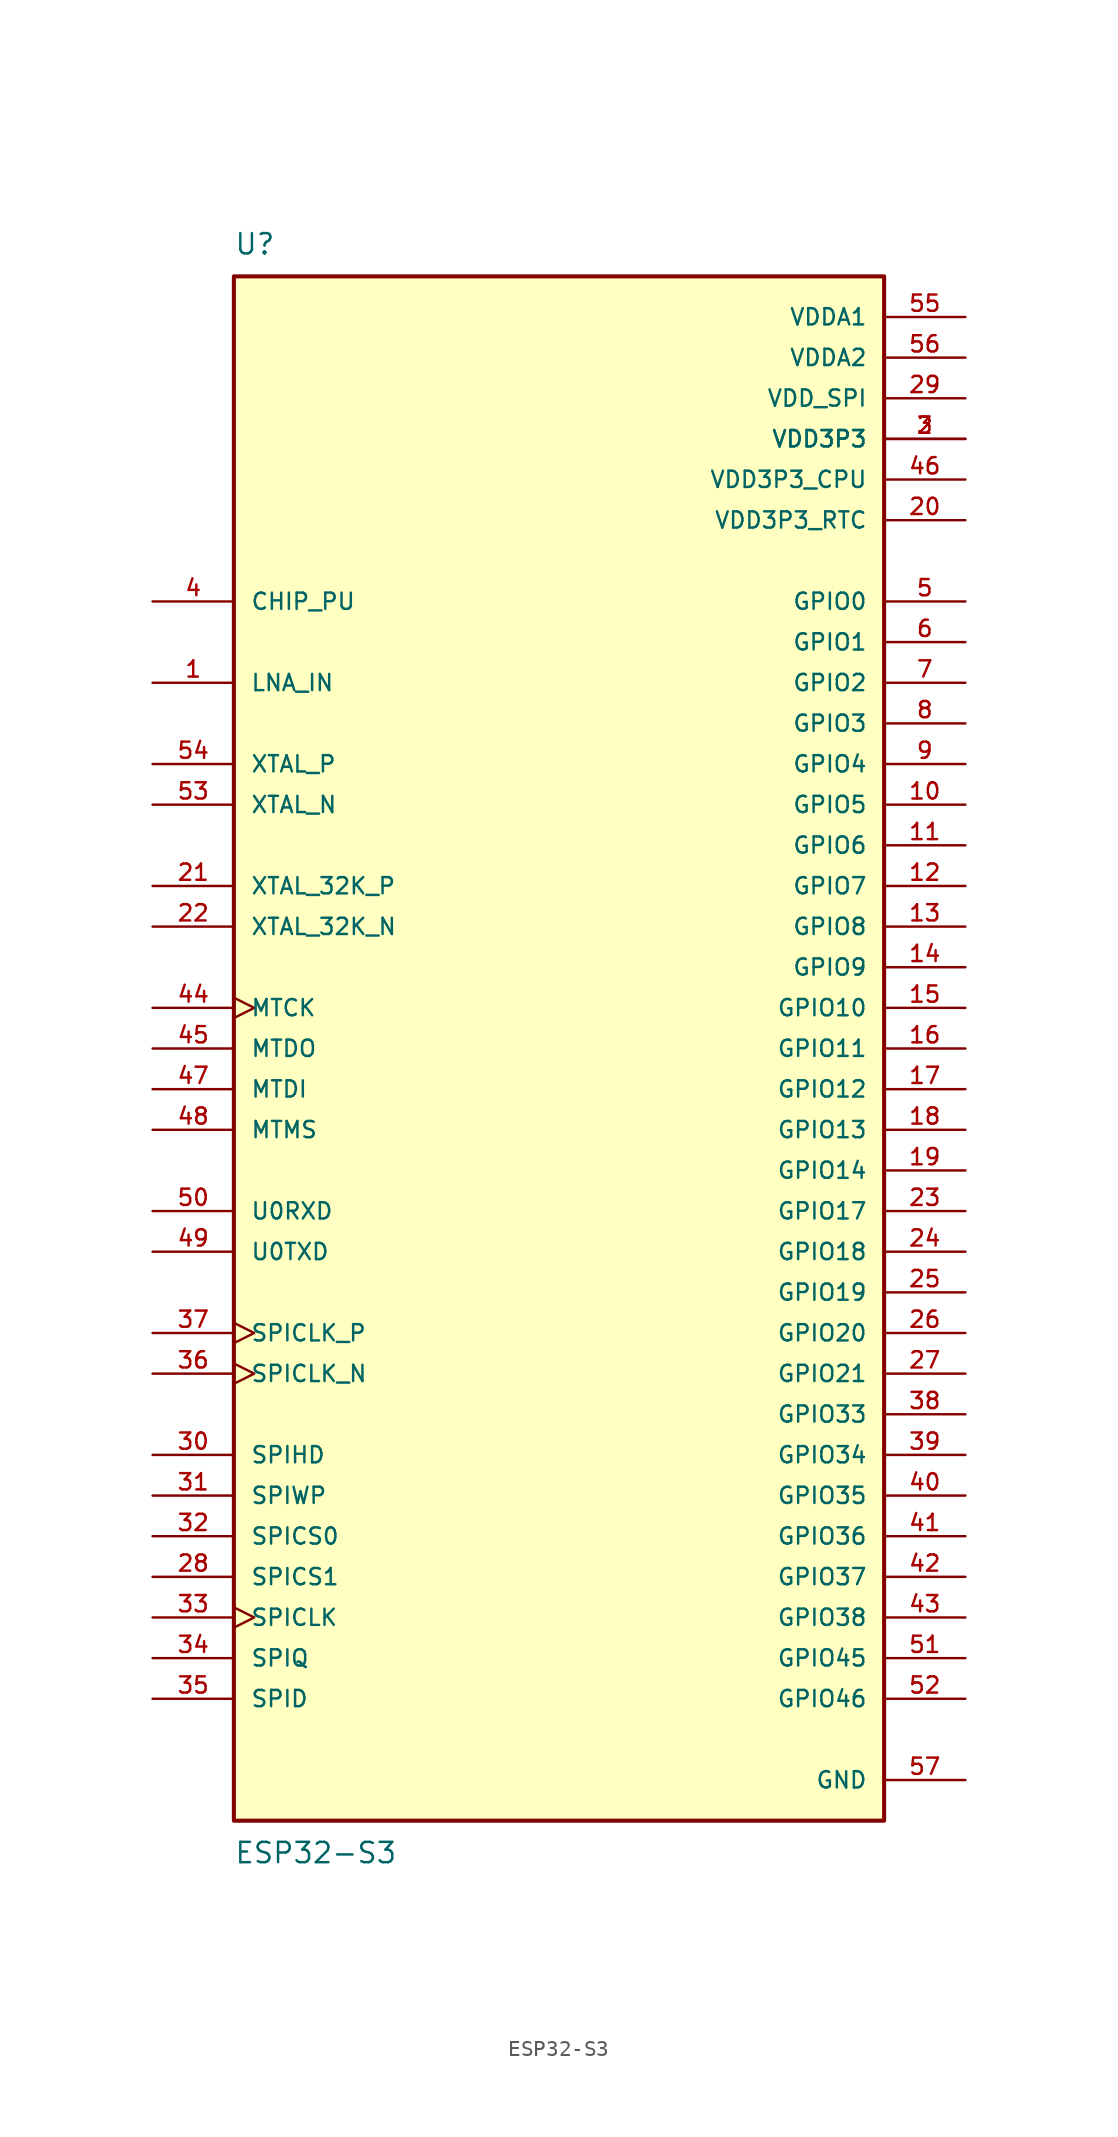
<source format=kicad_sym>
(kicad_symbol_lib
  (version 20241209)
  (generator "kicad_symbol_editor")
  (generator_version "9.0")
  (symbol "ESP32-S3"
    (pin_names
      (offset 1.016))
    (property "Reference" "U"
      (at -20.32 49.53 0)
      (effects (font (size 1.27 1.27)) (justify left bottom)))
    (property "Value" "ESP32-S3"
      (at -20.32 -49.53 0)
      (effects (font (size 1.27 1.27)) (justify left top)))
    (symbol "ESP32-S3_0_0"
      (rectangle (start -20.32 -48.26) (end 20.32 48.26) (stroke (width 0.254) (type default)) (fill (type background)))
      (pin input line (at -25.4 27.94 0) (length 5.08) (name "CHIP_PU" (effects (font (size 1.016 1.016)))) (number "4" (effects (font (size 1.016 1.016)))))
      (pin bidirectional line (at -25.4 22.86 0) (length 5.08) (name "LNA_IN" (effects (font (size 1.016 1.016)))) (number "1" (effects (font (size 1.016 1.016)))))
      (pin input line (at -25.4 17.78 0) (length 5.08) (name "XTAL_P" (effects (font (size 1.016 1.016)))) (number "54" (effects (font (size 1.016 1.016)))))
      (pin output line (at -25.4 15.24 0) (length 5.08) (name "XTAL_N" (effects (font (size 1.016 1.016)))) (number "53" (effects (font (size 1.016 1.016)))))
      (pin bidirectional line (at -25.4 10.16 0) (length 5.08) (name "XTAL_32K_P" (effects (font (size 1.016 1.016)))) (number "21" (effects (font (size 1.016 1.016)))))
      (pin bidirectional line (at -25.4 7.62 0) (length 5.08) (name "XTAL_32K_N" (effects (font (size 1.016 1.016)))) (number "22" (effects (font (size 1.016 1.016)))))
      (pin bidirectional clock (at -25.4 2.54 0) (length 5.08) (name "MTCK" (effects (font (size 1.016 1.016)))) (number "44" (effects (font (size 1.016 1.016)))))
      (pin bidirectional line (at -25.4 0 0) (length 5.08) (name "MTDO" (effects (font (size 1.016 1.016)))) (number "45" (effects (font (size 1.016 1.016)))))
      (pin bidirectional line (at -25.4 -2.54 0) (length 5.08) (name "MTDI" (effects (font (size 1.016 1.016)))) (number "47" (effects (font (size 1.016 1.016)))))
      (pin bidirectional line (at -25.4 -5.08 0) (length 5.08) (name "MTMS" (effects (font (size 1.016 1.016)))) (number "48" (effects (font (size 1.016 1.016)))))
      (pin bidirectional line (at -25.4 -10.16 0) (length 5.08) (name "U0RXD" (effects (font (size 1.016 1.016)))) (number "50" (effects (font (size 1.016 1.016)))))
      (pin bidirectional line (at -25.4 -12.7 0) (length 5.08) (name "U0TXD" (effects (font (size 1.016 1.016)))) (number "49" (effects (font (size 1.016 1.016)))))
      (pin bidirectional clock (at -25.4 -17.78 0) (length 5.08) (name "SPICLK_P" (effects (font (size 1.016 1.016)))) (number "37" (effects (font (size 1.016 1.016)))))
      (pin bidirectional clock (at -25.4 -20.32 0) (length 5.08) (name "SPICLK_N" (effects (font (size 1.016 1.016)))) (number "36" (effects (font (size 1.016 1.016)))))
      (pin bidirectional line (at -25.4 -25.4 0) (length 5.08) (name "SPIHD" (effects (font (size 1.016 1.016)))) (number "30" (effects (font (size 1.016 1.016)))))
      (pin bidirectional line (at -25.4 -27.94 0) (length 5.08) (name "SPIWP" (effects (font (size 1.016 1.016)))) (number "31" (effects (font (size 1.016 1.016)))))
      (pin bidirectional line (at -25.4 -30.48 0) (length 5.08) (name "SPICS0" (effects (font (size 1.016 1.016)))) (number "32" (effects (font (size 1.016 1.016)))))
      (pin bidirectional line (at -25.4 -33.02 0) (length 5.08) (name "SPICS1" (effects (font (size 1.016 1.016)))) (number "28" (effects (font (size 1.016 1.016)))))
      (pin bidirectional clock (at -25.4 -35.56 0) (length 5.08) (name "SPICLK" (effects (font (size 1.016 1.016)))) (number "33" (effects (font (size 1.016 1.016)))))
      (pin bidirectional line (at -25.4 -38.1 0) (length 5.08) (name "SPIQ" (effects (font (size 1.016 1.016)))) (number "34" (effects (font (size 1.016 1.016)))))
      (pin bidirectional line (at -25.4 -40.64 0) (length 5.08) (name "SPID" (effects (font (size 1.016 1.016)))) (number "35" (effects (font (size 1.016 1.016)))))
      (pin power_in line (at 25.4 45.72 180) (length 5.08) (name "VDDA1" (effects (font (size 1.016 1.016)))) (number "55" (effects (font (size 1.016 1.016)))))
      (pin power_in line (at 25.4 43.18 180) (length 5.08) (name "VDDA2" (effects (font (size 1.016 1.016)))) (number "56" (effects (font (size 1.016 1.016)))))
      (pin power_in line (at 25.4 40.64 180) (length 5.08) (name "VDD_SPI" (effects (font (size 1.016 1.016)))) (number "29" (effects (font (size 1.016 1.016)))))
      (pin power_in line (at 25.4 38.1 180) (length 5.08) (name "VDD3P3" (effects (font (size 1.016 1.016)))) (number "2" (effects (font (size 1.016 1.016)))))
      (pin power_in line (at 25.4 38.1 180) (length 5.08) (name "VDD3P3" (effects (font (size 1.016 1.016)))) (number "3" (effects (font (size 1.016 1.016)))))
      (pin power_in line (at 25.4 35.56 180) (length 5.08) (name "VDD3P3_CPU" (effects (font (size 1.016 1.016)))) (number "46" (effects (font (size 1.016 1.016)))))
      (pin power_in line (at 25.4 33.02 180) (length 5.08) (name "VDD3P3_RTC" (effects (font (size 1.016 1.016)))) (number "20" (effects (font (size 1.016 1.016)))))
      (pin bidirectional line (at 25.4 27.94 180) (length 5.08) (name "GPIO0" (effects (font (size 1.016 1.016)))) (number "5" (effects (font (size 1.016 1.016)))))
      (pin bidirectional line (at 25.4 25.4 180) (length 5.08) (name "GPIO1" (effects (font (size 1.016 1.016)))) (number "6" (effects (font (size 1.016 1.016)))))
      (pin bidirectional line (at 25.4 22.86 180) (length 5.08) (name "GPIO2" (effects (font (size 1.016 1.016)))) (number "7" (effects (font (size 1.016 1.016)))))
      (pin bidirectional line (at 25.4 20.32 180) (length 5.08) (name "GPIO3" (effects (font (size 1.016 1.016)))) (number "8" (effects (font (size 1.016 1.016)))))
      (pin bidirectional line (at 25.4 17.78 180) (length 5.08) (name "GPIO4" (effects (font (size 1.016 1.016)))) (number "9" (effects (font (size 1.016 1.016)))))
      (pin bidirectional line (at 25.4 15.24 180) (length 5.08) (name "GPIO5" (effects (font (size 1.016 1.016)))) (number "10" (effects (font (size 1.016 1.016)))))
      (pin bidirectional line (at 25.4 12.7 180) (length 5.08) (name "GPIO6" (effects (font (size 1.016 1.016)))) (number "11" (effects (font (size 1.016 1.016)))))
      (pin bidirectional line (at 25.4 10.16 180) (length 5.08) (name "GPIO7" (effects (font (size 1.016 1.016)))) (number "12" (effects (font (size 1.016 1.016)))))
      (pin bidirectional line (at 25.4 7.62 180) (length 5.08) (name "GPIO8" (effects (font (size 1.016 1.016)))) (number "13" (effects (font (size 1.016 1.016)))))
      (pin bidirectional line (at 25.4 5.08 180) (length 5.08) (name "GPIO9" (effects (font (size 1.016 1.016)))) (number "14" (effects (font (size 1.016 1.016)))))
      (pin bidirectional line (at 25.4 2.54 180) (length 5.08) (name "GPIO10" (effects (font (size 1.016 1.016)))) (number "15" (effects (font (size 1.016 1.016)))))
      (pin bidirectional line (at 25.4 0 180) (length 5.08) (name "GPIO11" (effects (font (size 1.016 1.016)))) (number "16" (effects (font (size 1.016 1.016)))))
      (pin bidirectional line (at 25.4 -2.54 180) (length 5.08) (name "GPIO12" (effects (font (size 1.016 1.016)))) (number "17" (effects (font (size 1.016 1.016)))))
      (pin bidirectional line (at 25.4 -5.08 180) (length 5.08) (name "GPIO13" (effects (font (size 1.016 1.016)))) (number "18" (effects (font (size 1.016 1.016)))))
      (pin bidirectional line (at 25.4 -7.62 180) (length 5.08) (name "GPIO14" (effects (font (size 1.016 1.016)))) (number "19" (effects (font (size 1.016 1.016)))))
      (pin bidirectional line (at 25.4 -10.16 180) (length 5.08) (name "GPIO17" (effects (font (size 1.016 1.016)))) (number "23" (effects (font (size 1.016 1.016)))))
      (pin bidirectional line (at 25.4 -12.7 180) (length 5.08) (name "GPIO18" (effects (font (size 1.016 1.016)))) (number "24" (effects (font (size 1.016 1.016)))))
      (pin bidirectional line (at 25.4 -15.24 180) (length 5.08) (name "GPIO19" (effects (font (size 1.016 1.016)))) (number "25" (effects (font (size 1.016 1.016)))))
      (pin bidirectional line (at 25.4 -17.78 180) (length 5.08) (name "GPIO20" (effects (font (size 1.016 1.016)))) (number "26" (effects (font (size 1.016 1.016)))))
      (pin bidirectional line (at 25.4 -20.32 180) (length 5.08) (name "GPIO21" (effects (font (size 1.016 1.016)))) (number "27" (effects (font (size 1.016 1.016)))))
      (pin bidirectional line (at 25.4 -22.86 180) (length 5.08) (name "GPIO33" (effects (font (size 1.016 1.016)))) (number "38" (effects (font (size 1.016 1.016)))))
      (pin bidirectional line (at 25.4 -25.4 180) (length 5.08) (name "GPIO34" (effects (font (size 1.016 1.016)))) (number "39" (effects (font (size 1.016 1.016)))))
      (pin bidirectional line (at 25.4 -27.94 180) (length 5.08) (name "GPIO35" (effects (font (size 1.016 1.016)))) (number "40" (effects (font (size 1.016 1.016)))))
      (pin bidirectional line (at 25.4 -30.48 180) (length 5.08) (name "GPIO36" (effects (font (size 1.016 1.016)))) (number "41" (effects (font (size 1.016 1.016)))))
      (pin bidirectional line (at 25.4 -33.02 180) (length 5.08) (name "GPIO37" (effects (font (size 1.016 1.016)))) (number "42" (effects (font (size 1.016 1.016)))))
      (pin bidirectional line (at 25.4 -35.56 180) (length 5.08) (name "GPIO38" (effects (font (size 1.016 1.016)))) (number "43" (effects (font (size 1.016 1.016)))))
      (pin bidirectional line (at 25.4 -38.1 180) (length 5.08) (name "GPIO45" (effects (font (size 1.016 1.016)))) (number "51" (effects (font (size 1.016 1.016)))))
      (pin bidirectional line (at 25.4 -40.64 180) (length 5.08) (name "GPIO46" (effects (font (size 1.016 1.016)))) (number "52" (effects (font (size 1.016 1.016)))))
      (pin power_in line (at 25.4 -45.72 180) (length 5.08) (name "GND" (effects (font (size 1.016 1.016)))) (number "57" (effects (font (size 1.016 1.016))))))))
</source>
